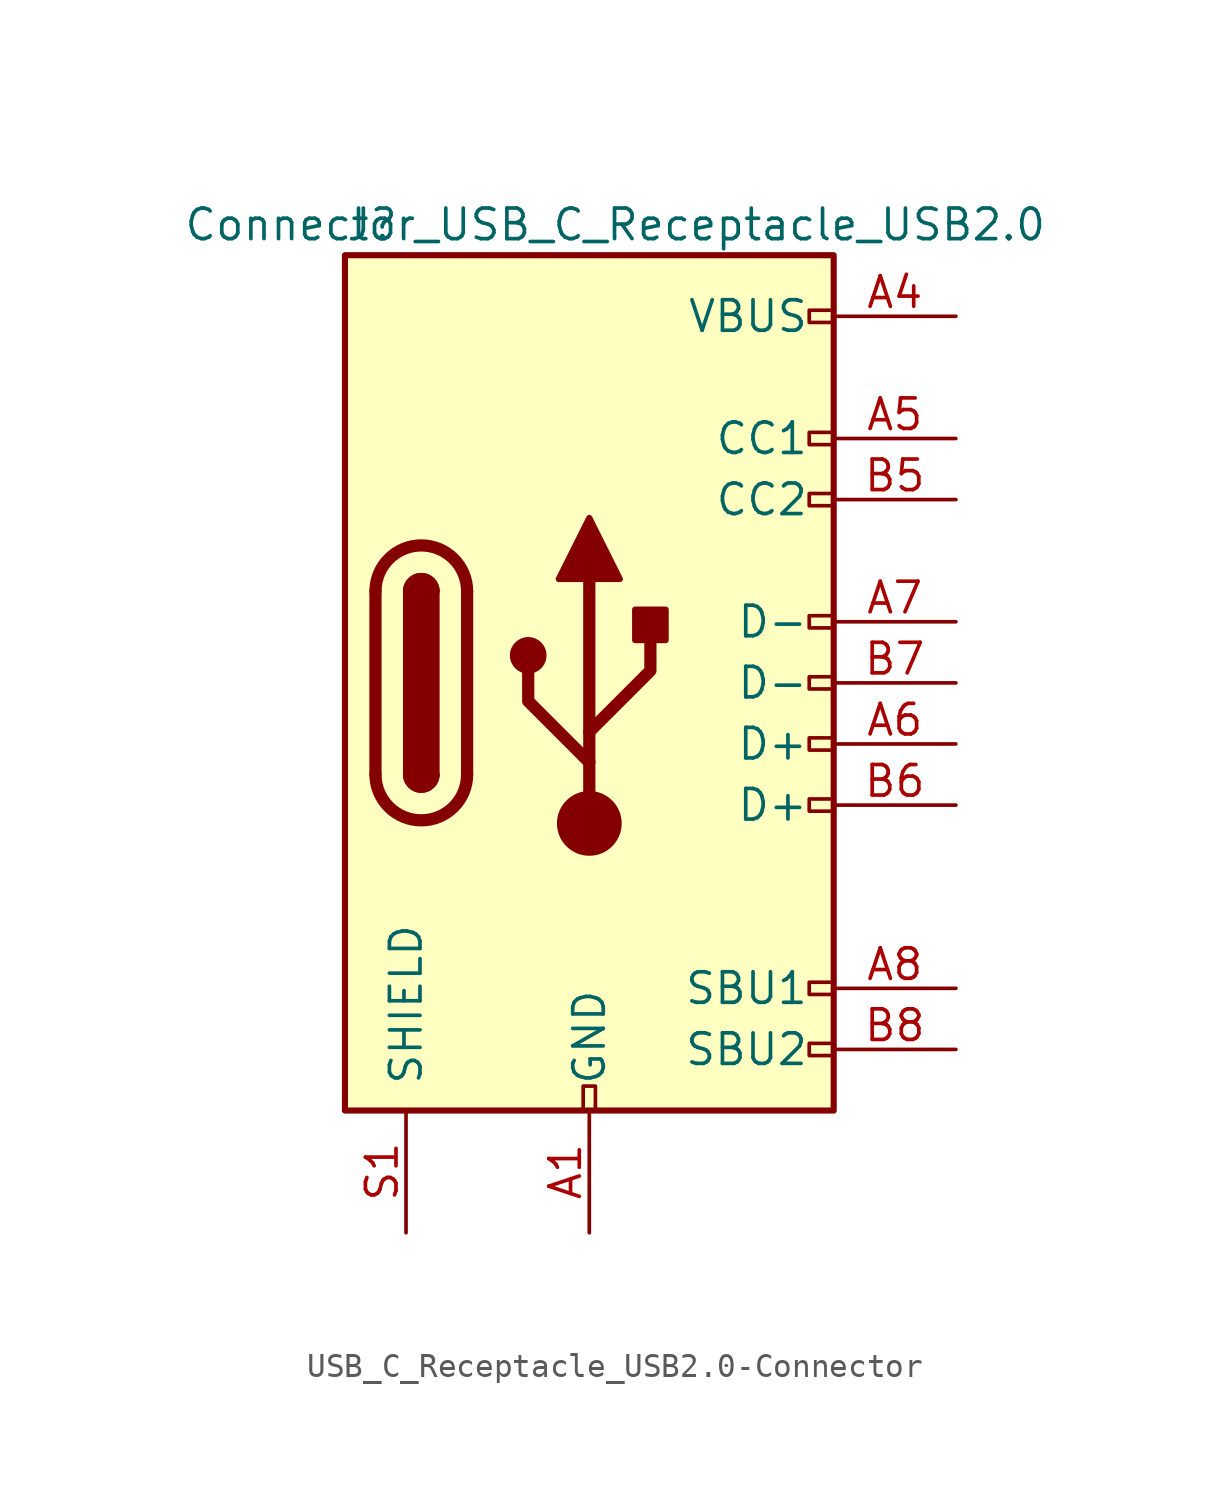
<source format=kicad_sym>
(kicad_symbol_lib
  (version 20220914)
  (generator kicad_symbol_editor)
  (symbol "USB_C_Receptacle_USB2.0-Connector"
    (pin_names
      (offset 1.016))
    (property "Reference" "J"
      (at -10.16 19.05 0)
      (effects (font (size 1.27 1.27)) (justify left)))
    (property "Value" "Connector_USB_C_Receptacle_USB2.0"
      (at 19.05 19.05 0)
      (effects (font (size 1.27 1.27)) (justify right)))
    (symbol "USB_C_Receptacle_USB2.0-Connector_0_0"
      (rectangle (start -0.254 -17.78) (end 0.254 -16.764) (stroke (width 0) (type solid)) (fill (type none)))
      (rectangle (start 10.16 -14.986) (end 9.144 -15.494) (stroke (width 0) (type solid)) (fill (type none)))
      (rectangle (start 10.16 -12.446) (end 9.144 -12.954) (stroke (width 0) (type solid)) (fill (type none)))
      (rectangle (start 10.16 -4.826) (end 9.144 -5.334) (stroke (width 0) (type solid)) (fill (type none)))
      (rectangle (start 10.16 -2.286) (end 9.144 -2.794) (stroke (width 0) (type solid)) (fill (type none)))
      (rectangle (start 10.16 0.254) (end 9.144 -0.254) (stroke (width 0) (type solid)) (fill (type none)))
      (rectangle (start 10.16 2.794) (end 9.144 2.286) (stroke (width 0) (type solid)) (fill (type none)))
      (rectangle (start 10.16 7.874) (end 9.144 7.366) (stroke (width 0) (type solid)) (fill (type none)))
      (rectangle (start 10.16 10.414) (end 9.144 9.906) (stroke (width 0) (type solid)) (fill (type none)))
      (rectangle (start 10.16 15.494) (end 9.144 14.986) (stroke (width 0) (type solid)) (fill (type none))))
    (symbol "USB_C_Receptacle_USB2.0-Connector_0_1"
      (rectangle (start -10.16 17.78) (end 10.16 -17.78) (stroke (width 0.254) (type solid)) (fill (type background)))
      (arc (start -8.89 -3.81) (mid -6.985 -5.7067) (end -5.08 -3.81) (stroke (width 0.508) (type solid)) (fill (type none)))
      (arc (start -7.62 -3.81) (mid -6.985 -4.4423) (end -6.35 -3.81) (stroke (width 0.254) (type solid)) (fill (type none)))
      (arc (start -7.62 -3.81) (mid -6.985 -4.4423) (end -6.35 -3.81) (stroke (width 0.254) (type solid)) (fill (type outline)))
      (rectangle (start -7.62 -3.81) (end -6.35 3.81) (stroke (width 0.254) (type solid)) (fill (type outline)))
      (arc (start -6.35 3.81) (mid -6.985 4.4423) (end -7.62 3.81) (stroke (width 0.254) (type solid)) (fill (type none)))
      (arc (start -6.35 3.81) (mid -6.985 4.4423) (end -7.62 3.81) (stroke (width 0.254) (type solid)) (fill (type outline)))
      (arc (start -5.08 3.81) (mid -6.985 5.7067) (end -8.89 3.81) (stroke (width 0.508) (type solid)) (fill (type none)))
      (circle (center -2.54 1.143) (radius 0.635) (stroke (width 0.254) (type solid)) (fill (type outline)))
      (circle (center 0 -5.842) (radius 1.27) (stroke (width 0) (type solid)) (fill (type outline)))
      (polyline (pts (xy -8.89 -3.81) (xy -8.89 3.81)) (stroke (width 0.508) (type solid)) (fill (type none)))
      (polyline (pts (xy -5.08 3.81) (xy -5.08 -3.81)) (stroke (width 0.508) (type solid)) (fill (type none)))
      (polyline (pts (xy 0 -5.842) (xy 0 4.318)) (stroke (width 0.508) (type solid)) (fill (type none)))
      (polyline (pts (xy 0 -3.302) (xy -2.54 -0.762) (xy -2.54 0.508)) (stroke (width 0.508) (type solid)) (fill (type none)))
      (polyline (pts (xy 0 -2.032) (xy 2.54 0.508) (xy 2.54 1.778)) (stroke (width 0.508) (type solid)) (fill (type none)))
      (polyline (pts (xy -1.27 4.318) (xy 0 6.858) (xy 1.27 4.318) (xy -1.27 4.318)) (stroke (width 0.254) (type solid)) (fill (type outline)))
      (rectangle (start 1.905 1.778) (end 3.175 3.048) (stroke (width 0.254) (type solid)) (fill (type outline))))
    (symbol "USB_C_Receptacle_USB2.0-Connector_1_1"
      (pin power_in line (at 0 -22.86 90) (length 5.08) (name "GND" (effects (font (size 1.27 1.27)))) (number "A1" (effects (font (size 1.27 1.27)))))
      (pin passive line (at 0 -22.86 90) (length 5.08) hide (name "GND" (effects (font (size 1.27 1.27)))) (number "A12" (effects (font (size 1.27 1.27)))))
      (pin power_in line (at 15.24 15.24 180) (length 5.08) (name "VBUS" (effects (font (size 1.27 1.27)))) (number "A4" (effects (font (size 1.27 1.27)))))
      (pin bidirectional line (at 15.24 10.16 180) (length 5.08) (name "CC1" (effects (font (size 1.27 1.27)))) (number "A5" (effects (font (size 1.27 1.27)))))
      (pin bidirectional line (at 15.24 -2.54 180) (length 5.08) (name "D+" (effects (font (size 1.27 1.27)))) (number "A6" (effects (font (size 1.27 1.27)))))
      (pin bidirectional line (at 15.24 2.54 180) (length 5.08) (name "D-" (effects (font (size 1.27 1.27)))) (number "A7" (effects (font (size 1.27 1.27)))))
      (pin bidirectional line (at 15.24 -12.7 180) (length 5.08) (name "SBU1" (effects (font (size 1.27 1.27)))) (number "A8" (effects (font (size 1.27 1.27)))))
      (pin passive line (at 15.24 15.24 180) (length 5.08) hide (name "VBUS" (effects (font (size 1.27 1.27)))) (number "A9" (effects (font (size 1.27 1.27)))))
      (pin passive line (at 0 -22.86 90) (length 5.08) hide (name "GND" (effects (font (size 1.27 1.27)))) (number "B1" (effects (font (size 1.27 1.27)))))
      (pin passive line (at 0 -22.86 90) (length 5.08) hide (name "GND" (effects (font (size 1.27 1.27)))) (number "B12" (effects (font (size 1.27 1.27)))))
      (pin passive line (at 15.24 15.24 180) (length 5.08) hide (name "VBUS" (effects (font (size 1.27 1.27)))) (number "B4" (effects (font (size 1.27 1.27)))))
      (pin bidirectional line (at 15.24 7.62 180) (length 5.08) (name "CC2" (effects (font (size 1.27 1.27)))) (number "B5" (effects (font (size 1.27 1.27)))))
      (pin bidirectional line (at 15.24 -5.08 180) (length 5.08) (name "D+" (effects (font (size 1.27 1.27)))) (number "B6" (effects (font (size 1.27 1.27)))))
      (pin bidirectional line (at 15.24 0 180) (length 5.08) (name "D-" (effects (font (size 1.27 1.27)))) (number "B7" (effects (font (size 1.27 1.27)))))
      (pin bidirectional line (at 15.24 -15.24 180) (length 5.08) (name "SBU2" (effects (font (size 1.27 1.27)))) (number "B8" (effects (font (size 1.27 1.27)))))
      (pin passive line (at 15.24 15.24 180) (length 5.08) hide (name "VBUS" (effects (font (size 1.27 1.27)))) (number "B9" (effects (font (size 1.27 1.27)))))
      (pin passive line (at -7.62 -22.86 90) (length 5.08) (name "SHIELD" (effects (font (size 1.27 1.27)))) (number "S1" (effects (font (size 1.27 1.27))))))))
</source>
